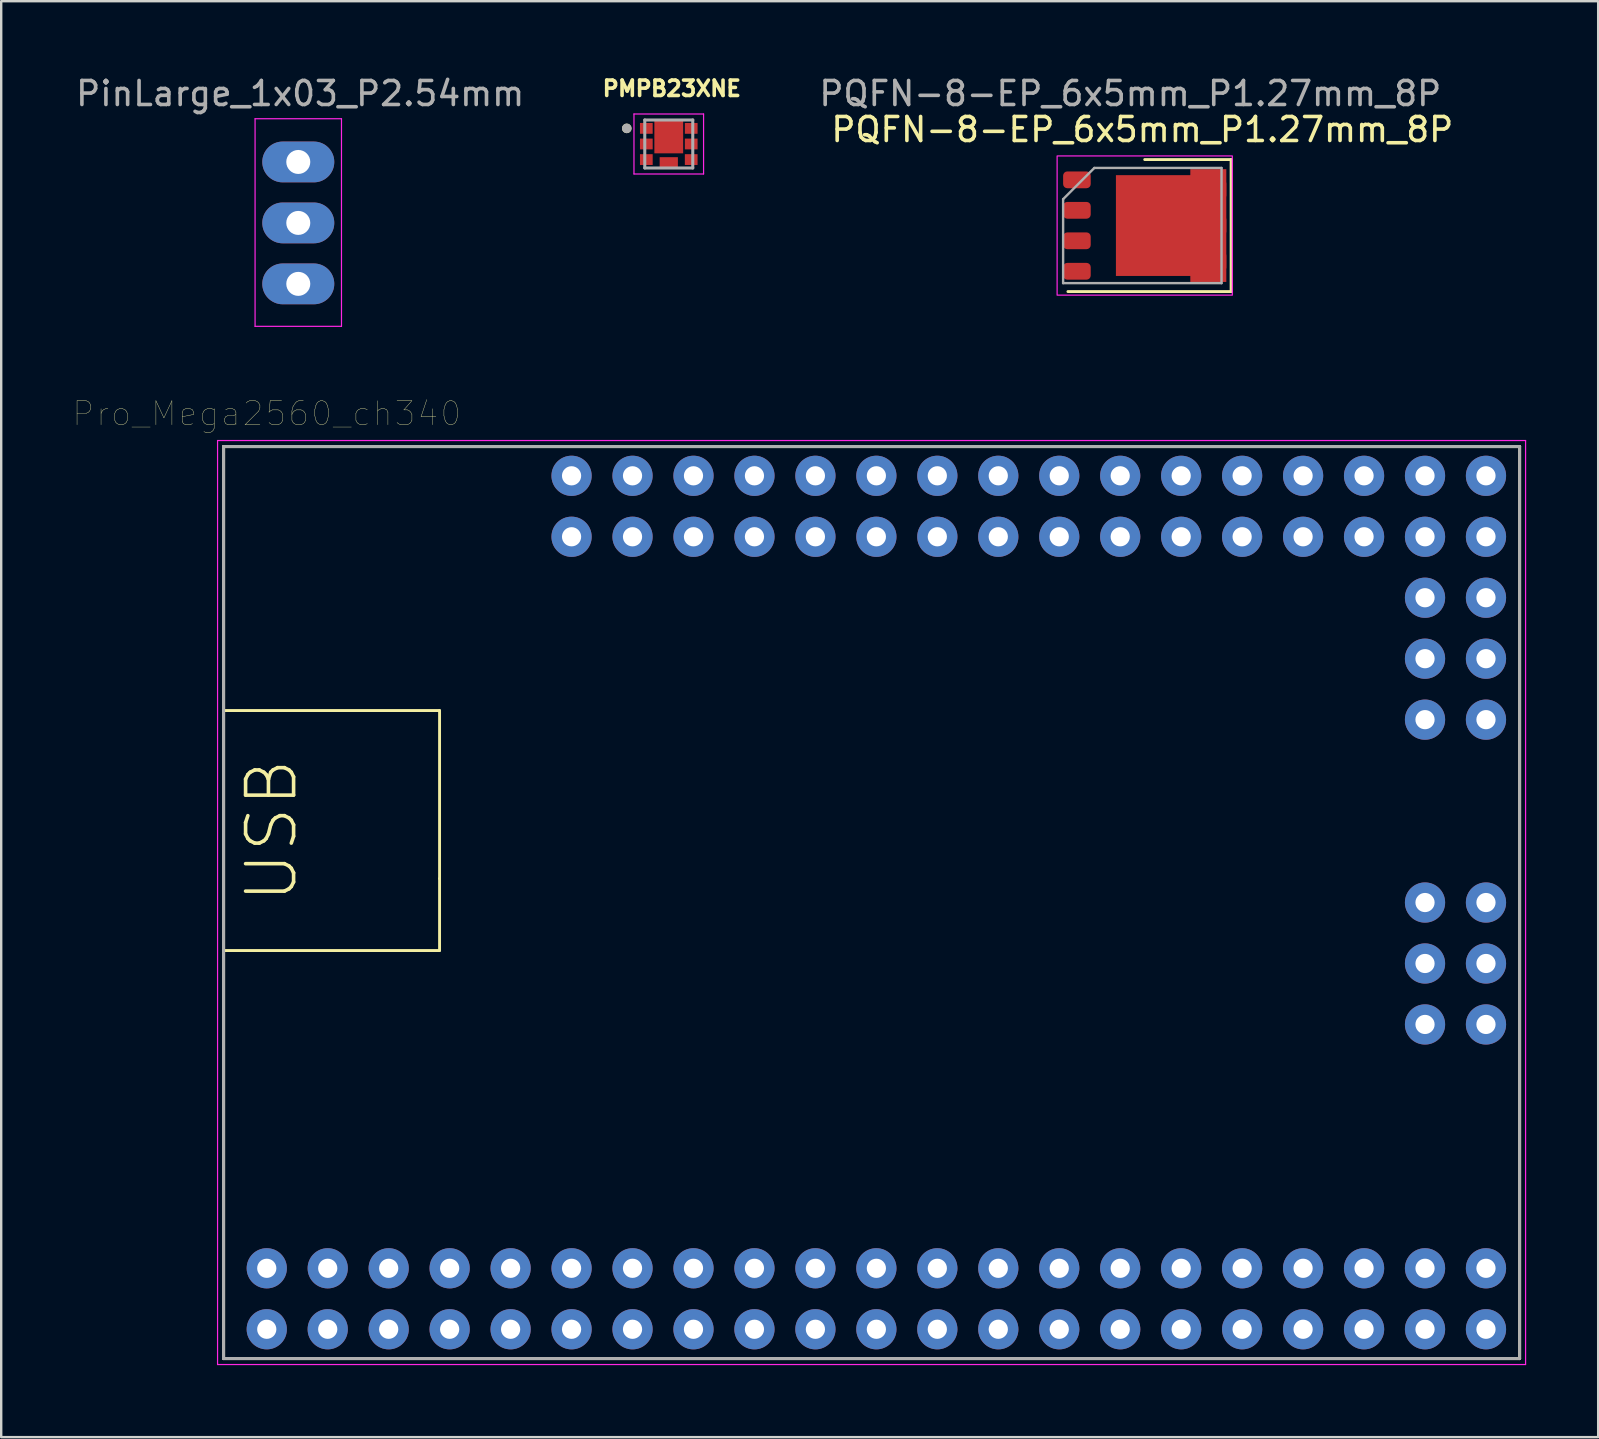
<source format=kicad_pcb>
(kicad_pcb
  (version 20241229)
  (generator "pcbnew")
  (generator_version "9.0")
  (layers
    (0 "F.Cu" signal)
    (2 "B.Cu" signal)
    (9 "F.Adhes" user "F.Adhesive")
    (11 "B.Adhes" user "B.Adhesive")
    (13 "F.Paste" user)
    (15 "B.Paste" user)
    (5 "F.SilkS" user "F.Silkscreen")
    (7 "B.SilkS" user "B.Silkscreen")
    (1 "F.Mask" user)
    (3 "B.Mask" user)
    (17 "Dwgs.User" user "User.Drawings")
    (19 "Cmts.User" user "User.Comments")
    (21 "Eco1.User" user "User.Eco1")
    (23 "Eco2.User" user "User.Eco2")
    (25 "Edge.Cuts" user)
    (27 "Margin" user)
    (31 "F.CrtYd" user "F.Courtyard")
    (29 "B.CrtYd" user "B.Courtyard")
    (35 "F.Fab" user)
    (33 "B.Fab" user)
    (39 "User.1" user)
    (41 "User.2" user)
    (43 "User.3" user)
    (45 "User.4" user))
  (footprint "PQFN-8-EP_6x5mm_P1.27mm_8P"
    (layer "F.Cu")
    (at 44.546 6.348)
    (property "Reference" "PQFN-8-EP_6x5mm_P1.27mm_8P" (at 0 -4 0) (layer "F.SilkS") (effects (font (size 1 1) (thickness 0.15))))
    (attr smd)
    (fp_line (start -3.1 2.75) (end 3.7 2.75) (stroke (width 0.12) (type solid)) (layer "F.SilkS"))
    (fp_line (start 3.7 -2.75) (end 0.1 -2.75) (stroke (width 0.12) (type solid)) (layer "F.SilkS"))
    (fp_line (start 3.7 2.75) (end 3.7 -2.75) (stroke (width 0.12) (type solid)) (layer "F.SilkS"))
    (fp_rect (start -3.55 -2.9) (end 3.75 2.9) (stroke (width 0.05) (type solid)) (fill no) (layer "F.CrtYd"))
    (fp_line (start -3.3 -1.1) (end -3.3 2.4) (stroke (width 0.1) (type solid)) (layer "F.Fab"))
    (fp_line (start -3.3 -1.1) (end -2 -2.4) (stroke (width 0.1) (type solid)) (layer "F.Fab"))
    (fp_line (start -3.3 2.4) (end 3.3 2.4) (stroke (width 0.1) (type solid)) (layer "F.Fab"))
    (fp_line (start 3.3 -2.4) (end -2 -2.4) (stroke (width 0.1) (type solid)) (layer "F.Fab"))
    (fp_line (start 3.3 2.4) (end 3.3 -2.4) (stroke (width 0.1) (type solid)) (layer "F.Fab"))
    (fp_text user "${REFERENCE}" (at -0.5 -5.5 0) (layer "F.Fab") (effects (font (size 1 1) (thickness 0.15))))
    (pad "1" smd roundrect (at -2.725 -1.905 90) (size 0.7 1.15) (layers "F.Cu" "F.Mask" "F.Paste") (roundrect_rratio 0.25))
    (pad "2" smd roundrect (at -2.725 -0.635 90) (size 0.7 1.15) (layers "F.Cu" "F.Mask" "F.Paste") (roundrect_rratio 0.25))
    (pad "3" smd roundrect (at -2.725 0.635 90) (size 0.7 1.15) (layers "F.Cu" "F.Mask" "F.Paste") (roundrect_rratio 0.25))
    (pad "4" smd roundrect (at -2.725 1.905 90) (size 0.7 1.15) (layers "F.Cu" "F.Mask" "F.Paste") (roundrect_rratio 0.25))
    (pad "5" smd custom (at 0 0 90) (size 4 2) (layers "F.Cu" "F.Mask") (options (anchor rect)) (primitives (gr_poly (pts (xy -2.35 3.5) (xy 2.35 3.5) (xy 2.35 2) (xy 2.1 2) (xy 2.1 -1.1) (xy -2.1 -1.1) (xy -2.1 2) (xy -2.35 2)) (width 0) (fill yes))))
    (pad "6" smd roundrect (at 3 -1.5) (size 1 1) (layers "F.Cu" "F.Mask" "F.Paste") (roundrect_rratio 0.25))
    (pad "7" smd roundrect (at 3 0) (size 1 1) (layers "F.Cu" "F.Mask" "F.Paste") (roundrect_rratio 0.25))
    (pad "8" smd roundrect (at 3 1.5) (size 1 1) (layers "F.Cu" "F.Mask" "F.Paste") (roundrect_rratio 0.25)))
  (footprint "PinLarge_1x03_P2.54mm"
    (layer "F.Cu")
    (at 9.378 3.698)
    (property "Reference" "PinLarge_1x03_P2.54mm" (at 0.08 -2.85 0) (layer "F.Fab") (effects (font (size 1 1) (thickness 0.15))))
    (attr through_hole)
    (fp_line (start -1.8 -1.8) (end -1.8 6.85) (stroke (width 0.05) (type solid)) (layer "F.CrtYd"))
    (fp_line (start -1.8 6.85) (end 1.8 6.85) (stroke (width 0.05) (type solid)) (layer "F.CrtYd"))
    (fp_line (start 1.8 -1.8) (end -1.8 -1.8) (stroke (width 0.05) (type solid)) (layer "F.CrtYd"))
    (fp_line (start 1.8 6.85) (end 1.8 -1.8) (stroke (width 0.05) (type solid)) (layer "F.CrtYd"))
    (pad "1" thru_hole oval (at 0 0) (size 3 1.7) (drill 1) (layers "*.Cu" "*.Mask"))
    (pad "2" thru_hole oval (at 0 2.54) (size 3 1.7) (drill 1) (layers "*.Cu" "*.Mask"))
    (pad "3" thru_hole oval (at 0 5.08) (size 3 1.7) (drill 1) (layers "*.Cu" "*.Mask")))
  (footprint "PMPB23XNE"
    (layer "F.Cu")
    (at 24.815 2.949)
    (property "Reference" "PMPB23XNE" (at 0.127 -2.311 0) (layer "F.SilkS") (effects (font (size 0.64 0.64) (thickness 0.15))))
    (attr smd)
    (fp_poly (pts (xy -1.15 -0.825) (xy -0.72 -0.825) (xy -0.72 -0.475) (xy -1.15 -0.475)) (stroke (width 0.01) (type solid)) (fill yes) (layer "F.Mask"))
    (fp_poly (pts (xy -1.15 -0.175) (xy -0.72 -0.175) (xy -0.72 0.175) (xy -1.15 0.175)) (stroke (width 0.01) (type solid)) (fill yes) (layer "F.Mask"))
    (fp_poly (pts (xy -1.15 0.475) (xy -0.72 0.475) (xy -0.72 0.825) (xy -1.15 0.825)) (stroke (width 0.01) (type solid)) (fill yes) (layer "F.Mask"))
    (fp_poly (pts (xy -0.55 -0.91) (xy 0.55 -0.91) (xy 0.55 0.34) (xy -0.55 0.34)) (stroke (width 0.01) (type solid)) (fill yes) (layer "F.Mask"))
    (fp_poly (pts (xy -0.33 0.6) (xy 0.33 0.6) (xy 0.33 0.95) (xy -0.33 0.95)) (stroke (width 0.01) (type solid)) (fill yes) (layer "F.Mask"))
    (fp_poly (pts (xy 0.72 -0.825) (xy 1.15 -0.825) (xy 1.15 -0.475) (xy 0.72 -0.475)) (stroke (width 0.01) (type solid)) (fill yes) (layer "F.Mask"))
    (fp_poly (pts (xy 0.72 -0.175) (xy 1.15 -0.175) (xy 1.15 0.175) (xy 0.72 0.175)) (stroke (width 0.01) (type solid)) (fill yes) (layer "F.Mask"))
    (fp_poly (pts (xy 0.72 0.475) (xy 1.15 0.475) (xy 1.15 0.825) (xy 0.72 0.825)) (stroke (width 0.01) (type solid)) (fill yes) (layer "F.Mask"))
    (fp_circle (center -1.75 -0.65) (end -1.65 -0.65) (stroke (width 0.2) (type solid)) (fill no) (layer "F.SilkS"))
    (fp_poly (pts (xy -1.1 -0.775) (xy -0.77 -0.775) (xy -0.77 -0.525) (xy -1.1 -0.525)) (stroke (width 0.01) (type solid)) (fill yes) (layer "F.Paste"))
    (fp_poly (pts (xy -1.1 -0.125) (xy -0.77 -0.125) (xy -0.77 0.125) (xy -1.1 0.125)) (stroke (width 0.01) (type solid)) (fill yes) (layer "F.Paste"))
    (fp_poly (pts (xy -1.1 0.525) (xy -0.77 0.525) (xy -0.77 0.775) (xy -1.1 0.775)) (stroke (width 0.01) (type solid)) (fill yes) (layer "F.Paste"))
    (fp_poly (pts (xy -0.45 -0.81) (xy 0.45 -0.81) (xy 0.45 0.24) (xy -0.45 0.24)) (stroke (width 0.01) (type solid)) (fill yes) (layer "F.Paste"))
    (fp_poly (pts (xy -0.28 0.65) (xy 0.28 0.65) (xy 0.28 0.9) (xy -0.28 0.9)) (stroke (width 0.01) (type solid)) (fill yes) (layer "F.Paste"))
    (fp_poly (pts (xy 0.77 -0.775) (xy 1.1 -0.775) (xy 1.1 -0.525) (xy 0.77 -0.525)) (stroke (width 0.01) (type solid)) (fill yes) (layer "F.Paste"))
    (fp_poly (pts (xy 0.77 -0.125) (xy 1.1 -0.125) (xy 1.1 0.125) (xy 0.77 0.125)) (stroke (width 0.01) (type solid)) (fill yes) (layer "F.Paste"))
    (fp_poly (pts (xy 0.77 0.525) (xy 1.1 0.525) (xy 1.1 0.775) (xy 0.77 0.775)) (stroke (width 0.01) (type solid)) (fill yes) (layer "F.Paste"))
    (fp_line (start -1.45 -1.25) (end 1.45 -1.25) (stroke (width 0.05) (type solid)) (layer "F.CrtYd"))
    (fp_line (start -1.45 1.25) (end -1.45 -1.25) (stroke (width 0.05) (type solid)) (layer "F.CrtYd"))
    (fp_line (start 1.45 -1.25) (end 1.45 1.25) (stroke (width 0.05) (type solid)) (layer "F.CrtYd"))
    (fp_line (start 1.45 1.25) (end -1.45 1.25) (stroke (width 0.05) (type solid)) (layer "F.CrtYd"))
    (fp_line (start -1 -1) (end 1 -1) (stroke (width 0.127) (type solid)) (layer "F.Fab"))
    (fp_line (start -1 1) (end -1 -1) (stroke (width 0.127) (type solid)) (layer "F.Fab"))
    (fp_line (start 1 -1) (end 1 1) (stroke (width 0.127) (type solid)) (layer "F.Fab"))
    (fp_line (start 1 1) (end -1 1) (stroke (width 0.127) (type solid)) (layer "F.Fab"))
    (fp_circle (center -1.75 -0.65) (end -1.65 -0.65) (stroke (width 0.2) (type solid)) (fill no) (layer "F.Fab"))
    (pad "1" smd rect (at -0.935 -0.65) (size 0.53 0.45) (layers "F.Cu"))
    (pad "2" smd rect (at -0.935 0) (size 0.53 0.45) (layers "F.Cu"))
    (pad "3" smd rect (at -0.935 0.65) (size 0.53 0.45) (layers "F.Cu"))
    (pad "4" smd rect (at 0.935 0.65) (size 0.53 0.45) (layers "F.Cu"))
    (pad "5" smd rect (at 0.935 0) (size 0.53 0.45) (layers "F.Cu"))
    (pad "6" smd rect (at 0.935 -0.65) (size 0.53 0.45) (layers "F.Cu"))
    (pad "7" smd rect (at 0 -0.285) (size 1.2 1.35) (layers "F.Cu"))
    (pad "8" smd rect (at 0 0.775) (size 0.76 0.45) (layers "F.Cu")))
  (footprint "Pro_Mega2560_ch340"
    (layer "F.Cu")
    (at 33.265 34.555)
    (property "Reference" "Pro_Mega2560_ch340" (at -25.2 -20.37 0) (layer "F.SilkS") (effects (font (size 1 1) (thickness 0.015))))
    (attr through_hole)
    (fp_line (start -27 -19) (end 27 -19) (stroke (width 0.127) (type solid)) (layer "F.SilkS"))
    (fp_line (start -27 -8) (end -18 -8) (stroke (width 0.12) (type solid)) (layer "F.SilkS"))
    (fp_line (start -27 2) (end -18 2) (stroke (width 0.12) (type solid)) (layer "F.SilkS"))
    (fp_line (start -27 19) (end -27 -19) (stroke (width 0.127) (type solid)) (layer "F.SilkS"))
    (fp_line (start -27 19) (end 27 19) (stroke (width 0.127) (type solid)) (layer "F.SilkS"))
    (fp_line (start -18 -8) (end -18 -1) (stroke (width 0.12) (type solid)) (layer "F.SilkS"))
    (fp_line (start -18 -1) (end -18 2) (stroke (width 0.12) (type solid)) (layer "F.SilkS"))
    (fp_line (start 27 19) (end 27 -19) (stroke (width 0.127) (type solid)) (layer "F.SilkS"))
    (fp_line (start -27.25 -19.25) (end 27.25 -19.25) (stroke (width 0.05) (type solid)) (layer "F.CrtYd"))
    (fp_line (start -27.25 19.25) (end -27.25 -19.25) (stroke (width 0.05) (type solid)) (layer "F.CrtYd"))
    (fp_line (start 27.25 -19.25) (end 27.25 19.25) (stroke (width 0.05) (type solid)) (layer "F.CrtYd"))
    (fp_line (start 27.25 19.25) (end -27.25 19.25) (stroke (width 0.05) (type solid)) (layer "F.CrtYd"))
    (fp_line (start -27 -19) (end 27 -19) (stroke (width 0.127) (type solid)) (layer "F.Fab"))
    (fp_line (start -27 19) (end -27 -19) (stroke (width 0.127) (type solid)) (layer "F.Fab"))
    (fp_line (start -27 19) (end 27 19) (stroke (width 0.127) (type solid)) (layer "F.Fab"))
    (fp_line (start 27 19) (end 27 -19) (stroke (width 0.127) (type solid)) (layer "F.Fab"))
    (fp_text user "USB" (at -25 -3 90) (layer "F.SilkS") (effects (font (size 2 2) (thickness 0.15))))
    (pad "3V3_1" thru_hole circle (at -17.58 17.78) (size 1.676 1.676) (drill 0.8) (layers "*.Cu" "*.Mask"))
    (pad "3V3_2" thru_hole circle (at -17.58 15.24) (size 1.676 1.676) (drill 0.8) (layers "*.Cu" "*.Mask"))
    (pad "5V_1" thru_hole circle (at -20.12 17.78) (size 1.676 1.676) (drill 0.8) (layers "*.Cu" "*.Mask"))
    (pad "5V_2" thru_hole circle (at -20.12 15.24) (size 1.676 1.676) (drill 0.8) (layers "*.Cu" "*.Mask"))
    (pad "5V_3" thru_hole circle (at 25.6 0) (size 1.676 1.676) (drill 0.8) (layers "*.Cu" "*.Mask"))
    (pad "A0" thru_hole circle (at -12.5 -17.78) (size 1.676 1.676) (drill 0.8) (layers "*.Cu" "*.Mask"))
    (pad "A1" thru_hole circle (at -12.5 -15.24) (size 1.676 1.676) (drill 0.8) (layers "*.Cu" "*.Mask"))
    (pad "A2" thru_hole circle (at -9.96 -17.78) (size 1.676 1.676) (drill 0.8) (layers "*.Cu" "*.Mask"))
    (pad "A3" thru_hole circle (at -9.96 -15.24) (size 1.676 1.676) (drill 0.8) (layers "*.Cu" "*.Mask"))
    (pad "A4" thru_hole circle (at -7.42 -17.78) (size 1.676 1.676) (drill 0.8) (layers "*.Cu" "*.Mask"))
    (pad "A5" thru_hole circle (at -7.42 -15.24) (size 1.676 1.676) (drill 0.8) (layers "*.Cu" "*.Mask"))
    (pad "A6" thru_hole circle (at -4.88 -17.78) (size 1.676 1.676) (drill 0.8) (layers "*.Cu" "*.Mask"))
    (pad "A7" thru_hole circle (at -4.88 -15.24) (size 1.676 1.676) (drill 0.8) (layers "*.Cu" "*.Mask"))
    (pad "A8" thru_hole circle (at -2.34 -17.78) (size 1.676 1.676) (drill 0.8) (layers "*.Cu" "*.Mask"))
    (pad "A9" thru_hole circle (at -2.34 -15.24) (size 1.676 1.676) (drill 0.8) (layers "*.Cu" "*.Mask"))
    (pad "A10" thru_hole circle (at 0.2 -17.78) (size 1.676 1.676) (drill 0.8) (layers "*.Cu" "*.Mask"))
    (pad "A11" thru_hole circle (at 0.2 -15.24) (size 1.676 1.676) (drill 0.8) (layers "*.Cu" "*.Mask"))
    (pad "A12" thru_hole circle (at 2.74 -17.78) (size 1.676 1.676) (drill 0.8) (layers "*.Cu" "*.Mask"))
    (pad "A13" thru_hole circle (at 2.74 -15.24) (size 1.676 1.676) (drill 0.8) (layers "*.Cu" "*.Mask"))
    (pad "A14" thru_hole circle (at 5.28 -17.78) (size 1.676 1.676) (drill 0.8) (layers "*.Cu" "*.Mask"))
    (pad "A15" thru_hole circle (at 5.28 -15.24) (size 1.676 1.676) (drill 0.8) (layers "*.Cu" "*.Mask"))
    (pad "AREF" thru_hole circle (at -15.04 15.24) (size 1.676 1.676) (drill 0.8) (layers "*.Cu" "*.Mask"))
    (pad "D2" thru_hole circle (at -9.96 15.24) (size 1.676 1.676) (drill 0.8) (layers "*.Cu" "*.Mask"))
    (pad "D3" thru_hole circle (at -9.96 17.78) (size 1.676 1.676) (drill 0.8) (layers "*.Cu" "*.Mask"))
    (pad "D4" thru_hole circle (at -7.42 15.24) (size 1.676 1.676) (drill 0.8) (layers "*.Cu" "*.Mask"))
    (pad "D5" thru_hole circle (at -7.42 17.78) (size 1.676 1.676) (drill 0.8) (layers "*.Cu" "*.Mask"))
    (pad "D6" thru_hole circle (at -4.88 15.24) (size 1.676 1.676) (drill 0.8) (layers "*.Cu" "*.Mask"))
    (pad "D7" thru_hole circle (at -4.88 17.78) (size 1.676 1.676) (drill 0.8) (layers "*.Cu" "*.Mask"))
    (pad "D8" thru_hole circle (at -2.34 15.24) (size 1.676 1.676) (drill 0.8) (layers "*.Cu" "*.Mask"))
    (pad "D9" thru_hole circle (at -2.34 17.78) (size 1.676 1.676) (drill 0.8) (layers "*.Cu" "*.Mask"))
    (pad "D10" thru_hole circle (at 0.2 15.24) (size 1.676 1.676) (drill 0.8) (layers "*.Cu" "*.Mask"))
    (pad "D11" thru_hole circle (at 0.2 17.78) (size 1.676 1.676) (drill 0.8) (layers "*.Cu" "*.Mask"))
    (pad "D12" thru_hole circle (at 2.74 15.24) (size 1.676 1.676) (drill 0.8) (layers "*.Cu" "*.Mask"))
    (pad "D13" thru_hole circle (at 2.74 17.78) (size 1.676 1.676) (drill 0.8) (layers "*.Cu" "*.Mask"))
    (pad "D14" thru_hole circle (at 5.28 15.24) (size 1.676 1.676) (drill 0.8) (layers "*.Cu" "*.Mask"))
    (pad "D15" thru_hole circle (at 5.28 17.78) (size 1.676 1.676) (drill 0.8) (layers "*.Cu" "*.Mask"))
    (pad "D16" thru_hole circle (at 7.82 15.24) (size 1.676 1.676) (drill 0.8) (layers "*.Cu" "*.Mask"))
    (pad "D17" thru_hole circle (at 7.82 17.78) (size 1.676 1.676) (drill 0.8) (layers "*.Cu" "*.Mask"))
    (pad "D18" thru_hole circle (at 10.36 15.24) (size 1.676 1.676) (drill 0.8) (layers "*.Cu" "*.Mask"))
    (pad "D19" thru_hole circle (at 10.36 17.78) (size 1.676 1.676) (drill 0.8) (layers "*.Cu" "*.Mask"))
    (pad "D20" thru_hole circle (at 12.9 15.24) (size 1.676 1.676) (drill 0.8) (layers "*.Cu" "*.Mask"))
    (pad "D21" thru_hole circle (at 12.9 17.78) (size 1.676 1.676) (drill 0.8) (layers "*.Cu" "*.Mask"))
    (pad "D22" thru_hole circle (at 15.44 15.24) (size 1.676 1.676) (drill 0.8) (layers "*.Cu" "*.Mask"))
    (pad "D23" thru_hole circle (at 15.44 17.78) (size 1.676 1.676) (drill 0.8) (layers "*.Cu" "*.Mask"))
    (pad "D24" thru_hole circle (at 17.98 15.24) (size 1.676 1.676) (drill 0.8) (layers "*.Cu" "*.Mask"))
    (pad "D25" thru_hole circle (at 17.98 17.78) (size 1.676 1.676) (drill 0.8) (layers "*.Cu" "*.Mask"))
    (pad "D26" thru_hole circle (at 20.52 15.24) (size 1.676 1.676) (drill 0.8) (layers "*.Cu" "*.Mask"))
    (pad "D27" thru_hole circle (at 20.52 17.78) (size 1.676 1.676) (drill 0.8) (layers "*.Cu" "*.Mask"))
    (pad "D28" thru_hole circle (at 23.06 15.24) (size 1.676 1.676) (drill 0.8) (layers "*.Cu" "*.Mask"))
    (pad "D29" thru_hole circle (at 23.06 17.78) (size 1.676 1.676) (drill 0.8) (layers "*.Cu" "*.Mask"))
    (pad "D30" thru_hole circle (at 25.6 15.24) (size 1.676 1.676) (drill 0.8) (layers "*.Cu" "*.Mask"))
    (pad "D31" thru_hole circle (at 25.6 17.78) (size 1.676 1.676) (drill 0.8) (layers "*.Cu" "*.Mask"))
    (pad "D32" thru_hole circle (at 7.82 -17.78) (size 1.676 1.676) (drill 0.8) (layers "*.Cu" "*.Mask"))
    (pad "D33" thru_hole circle (at 7.82 -15.24) (size 1.676 1.676) (drill 0.8) (layers "*.Cu" "*.Mask"))
    (pad "D34" thru_hole circle (at 10.36 -17.78) (size 1.676 1.676) (drill 0.8) (layers "*.Cu" "*.Mask"))
    (pad "D35" thru_hole circle (at 10.36 -15.24) (size 1.676 1.676) (drill 0.8) (layers "*.Cu" "*.Mask"))
    (pad "D36" thru_hole circle (at 12.9 -17.78) (size 1.676 1.676) (drill 0.8) (layers "*.Cu" "*.Mask"))
    (pad "D37" thru_hole circle (at 12.9 -15.24) (size 1.676 1.676) (drill 0.8) (layers "*.Cu" "*.Mask"))
    (pad "D38" thru_hole circle (at 15.44 -17.78) (size 1.676 1.676) (drill 0.8) (layers "*.Cu" "*.Mask"))
    (pad "D39" thru_hole circle (at 15.44 -15.24) (size 1.676 1.676) (drill 0.8) (layers "*.Cu" "*.Mask"))
    (pad "D40" thru_hole circle (at 17.98 -17.78) (size 1.676 1.676) (drill 0.8) (layers "*.Cu" "*.Mask"))
    (pad "D41" thru_hole circle (at 17.98 -15.24) (size 1.676 1.676) (drill 0.8) (layers "*.Cu" "*.Mask"))
    (pad "D42" thru_hole circle (at 20.52 -17.78) (size 1.676 1.676) (drill 0.8) (layers "*.Cu" "*.Mask"))
    (pad "D43" thru_hole circle (at 20.52 -15.24) (size 1.676 1.676) (drill 0.8) (layers "*.Cu" "*.Mask"))
    (pad "D44" thru_hole circle (at 23.06 -17.78) (size 1.676 1.676) (drill 0.8) (layers "*.Cu" "*.Mask"))
    (pad "D45" thru_hole circle (at 23.06 -15.24) (size 1.676 1.676) (drill 0.8) (layers "*.Cu" "*.Mask"))
    (pad "D46" thru_hole circle (at 25.6 -17.78) (size 1.676 1.676) (drill 0.8) (layers "*.Cu" "*.Mask"))
    (pad "D47" thru_hole circle (at 25.6 -15.24) (size 1.676 1.676) (drill 0.8) (layers "*.Cu" "*.Mask"))
    (pad "D48" thru_hole circle (at 25.6 -12.7) (size 1.676 1.676) (drill 0.8) (layers "*.Cu" "*.Mask"))
    (pad "D49" thru_hole circle (at 23.06 -12.7) (size 1.676 1.676) (drill 0.8) (layers "*.Cu" "*.Mask"))
    (pad "D50" thru_hole circle (at 25.6 -10.16) (size 1.676 1.676) (drill 0.8) (layers "*.Cu" "*.Mask"))
    (pad "D51" thru_hole circle (at 23.06 -10.16) (size 1.676 1.676) (drill 0.8) (layers "*.Cu" "*.Mask"))
    (pad "D52" thru_hole circle (at 25.6 -7.62) (size 1.676 1.676) (drill 0.8) (layers "*.Cu" "*.Mask"))
    (pad "D53" thru_hole circle (at 23.06 -7.62) (size 1.676 1.676) (drill 0.8) (layers "*.Cu" "*.Mask"))
    (pad "GND_1" thru_hole circle (at -22.66 17.78) (size 1.676 1.676) (drill 0.8) (layers "*.Cu" "*.Mask"))
    (pad "GND_2" thru_hole circle (at -22.66 15.24) (size 1.676 1.676) (drill 0.8) (layers "*.Cu" "*.Mask"))
    (pad "GND_3" thru_hole circle (at 25.6 5.08) (size 1.676 1.676) (drill 0.8) (layers "*.Cu" "*.Mask"))
    (pad "MISO" thru_hole circle (at 23.06 0) (size 1.676 1.676) (drill 0.8) (layers "*.Cu" "*.Mask"))
    (pad "MOSI" thru_hole circle (at 25.6 2.54) (size 1.676 1.676) (drill 0.8) (layers "*.Cu" "*.Mask"))
    (pad "RESET" thru_hole circle (at 23.06 5.08) (size 1.676 1.676) (drill 0.8) (layers "*.Cu" "*.Mask"))
    (pad "RST" thru_hole circle (at -15.04 17.78) (size 1.676 1.676) (drill 0.8) (layers "*.Cu" "*.Mask"))
    (pad "RX" thru_hole circle (at -12.5 15.24) (size 1.676 1.676) (drill 0.8) (layers "*.Cu" "*.Mask"))
    (pad "SCK" thru_hole circle (at 23.06 2.54) (size 1.676 1.676) (drill 0.8) (layers "*.Cu" "*.Mask"))
    (pad "TX" thru_hole circle (at -12.5 17.78) (size 1.676 1.676) (drill 0.8) (layers "*.Cu" "*.Mask"))
    (pad "VIN_1" thru_hole circle (at -25.2 17.78) (size 1.676 1.676) (drill 0.8) (layers "*.Cu" "*.Mask"))
    (pad "VIN_2" thru_hole circle (at -25.2 15.24) (size 1.676 1.676) (drill 0.8) (layers "*.Cu" "*.Mask")))
  (gr_rect
    (start -3 -3)
    (end 63.54 56.83)
    (stroke (width 0.1) (type default))
    (fill no)
    (layer "Edge.Cuts")))
</source>
